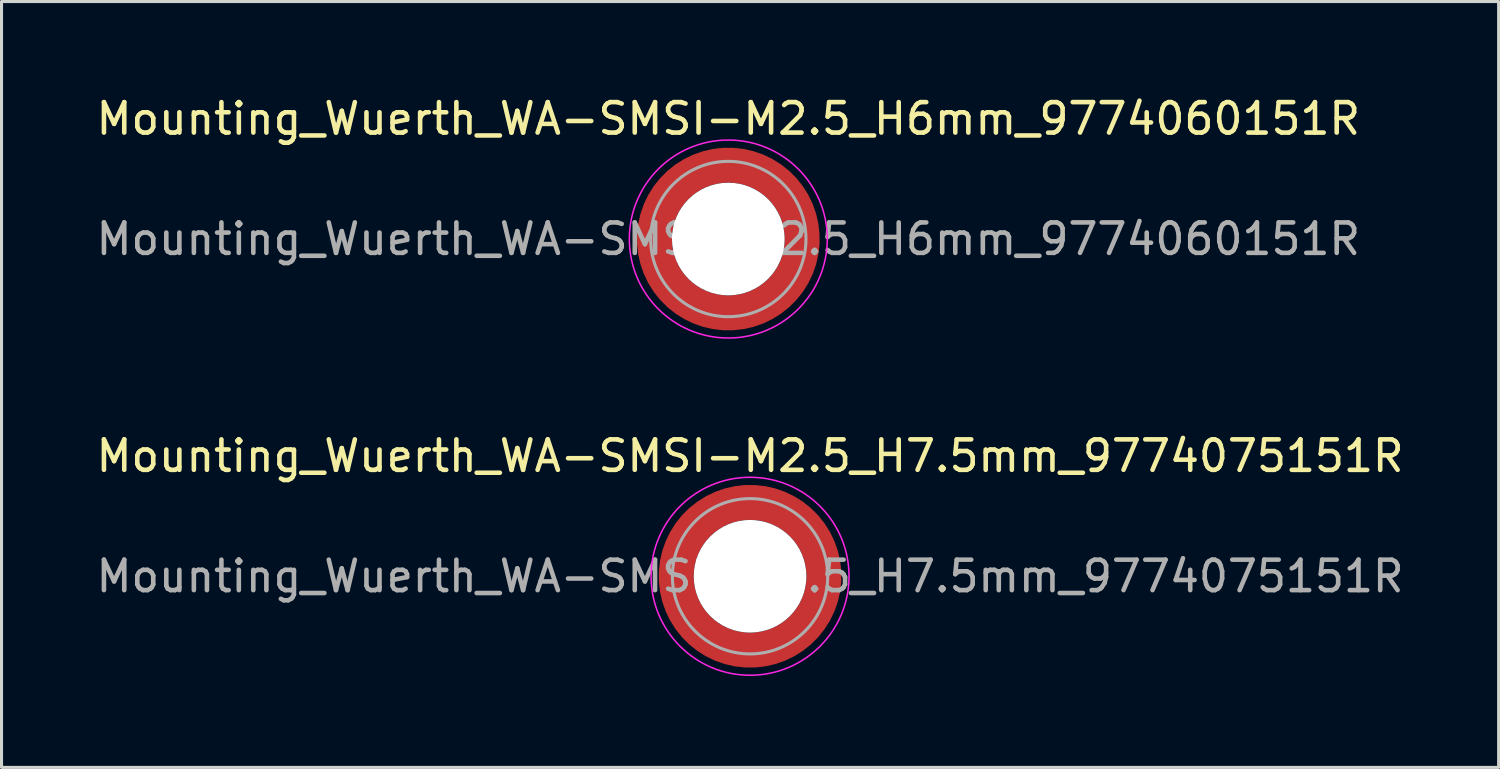
<source format=kicad_pcb>
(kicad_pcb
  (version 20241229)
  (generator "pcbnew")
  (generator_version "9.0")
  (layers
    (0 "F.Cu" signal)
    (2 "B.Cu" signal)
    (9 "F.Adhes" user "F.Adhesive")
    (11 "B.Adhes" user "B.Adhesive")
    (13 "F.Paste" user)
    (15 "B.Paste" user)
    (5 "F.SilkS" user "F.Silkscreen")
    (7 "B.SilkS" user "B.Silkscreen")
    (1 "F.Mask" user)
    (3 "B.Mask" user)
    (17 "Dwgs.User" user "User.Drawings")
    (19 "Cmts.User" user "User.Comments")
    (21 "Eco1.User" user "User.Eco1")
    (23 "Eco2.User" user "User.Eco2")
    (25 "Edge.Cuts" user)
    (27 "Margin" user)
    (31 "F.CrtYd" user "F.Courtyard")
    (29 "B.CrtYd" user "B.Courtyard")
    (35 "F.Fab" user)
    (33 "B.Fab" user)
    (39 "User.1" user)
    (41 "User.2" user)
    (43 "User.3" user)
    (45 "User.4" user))
  (footprint "Mounting_Wuerth_WA-SMSI-M2.5_H6mm_9774060151R"
    (layer "F.Cu")
    (at 20.863 4.798)
    (property "Reference" "Mounting_Wuerth_WA-SMSI-M2.5_H6mm_9774060151R" (at 0 -3.95 0) (layer "F.SilkS") (effects (font (size 1 1) (thickness 0.15))))
    (attr smd allow_soldermask_bridges)
    (fp_circle (center 0 0) (end 3.25 0) (stroke (width 0.05) (type solid)) (fill no) (layer "F.CrtYd"))
    (fp_circle (center 0 0) (end 2.55 0) (stroke (width 0.1) (type solid)) (fill no) (layer "F.Fab"))
    (fp_text user "${REFERENCE}" (at 0 0 0) (layer "F.Fab") (effects (font (size 1 1) (thickness 0.15))))
    (pad "" smd custom (at -1.704 -1.704) (size 0.51 0.51) (layers "F.Paste") (options (anchor circle)) (primitives (gr_arc (start -0.250195 1.279127) (mid 0.289914 0.289914) (end 1.279127 -0.250195) (width 0.2)) (gr_arc (start -0.34334 1.279127) (mid 0.225488 0.225488) (end 1.279127 -0.34334) (width 0.2)) (gr_arc (start -0.436309 1.279127) (mid 0.161063 0.161063) (end 1.279127 -0.436309) (width 0.2)) (gr_arc (start -0.529126 1.279127) (mid 0.096638 0.096638) (end 1.279127 -0.529126) (width 0.2)) (gr_arc (start -0.621807 1.279127) (mid 0.032213 0.032213) (end 1.279127 -0.621807) (width 0.2)) (gr_arc (start -0.71437 1.279127) (mid -0.032213 -0.032213) (end 1.279127 -0.71437) (width 0.2)) (gr_arc (start -0.806826 1.279127) (mid -0.096638 -0.096638) (end 1.279127 -0.806826) (width 0.2)) (gr_arc (start -0.899187 1.279127) (mid -0.161063 -0.161063) (end 1.279127 -0.899187) (width 0.2)) (gr_arc (start -0.991463 1.279127) (mid -0.225488 -0.225488) (end 1.279127 -0.991463) (width 0.2)) (gr_arc (start -1.083663 1.279127) (mid -0.289914 -0.289914) (end 1.279127 -1.083663) (width 0.2)) (gr_line (start 1.279 -0.25) (end 1.279 -1.084) (width 0.2)) (gr_line (start -0.25 1.279) (end -1.084 1.279) (width 0.2))))
    (pad "" smd custom (at -1.704 1.704) (size 0.51 0.51) (layers "F.Paste") (options (anchor circle)) (primitives (gr_arc (start 1.279127 0.250195) (mid 0.289914 -0.289914) (end -0.250195 -1.279127) (width 0.2)) (gr_arc (start 1.279127 0.34334) (mid 0.225488 -0.225488) (end -0.34334 -1.279127) (width 0.2)) (gr_arc (start 1.279127 0.436309) (mid 0.161063 -0.161063) (end -0.436309 -1.279127) (width 0.2)) (gr_arc (start 1.279127 0.529126) (mid 0.096638 -0.096638) (end -0.529126 -1.279127) (width 0.2)) (gr_arc (start 1.279127 0.621807) (mid 0.032213 -0.032213) (end -0.621807 -1.279127) (width 0.2)) (gr_arc (start 1.279127 0.71437) (mid -0.032213 0.032213) (end -0.71437 -1.279127) (width 0.2)) (gr_arc (start 1.279127 0.806826) (mid -0.096638 0.096638) (end -0.806826 -1.279127) (width 0.2)) (gr_arc (start 1.279127 0.899187) (mid -0.161063 0.161063) (end -0.899187 -1.279127) (width 0.2)) (gr_arc (start 1.279127 0.991463) (mid -0.225488 0.225488) (end -0.991463 -1.279127) (width 0.2)) (gr_arc (start 1.279127 1.083663) (mid -0.289914 0.289914) (end -1.083663 -1.279127) (width 0.2)) (gr_line (start -0.25 -1.279) (end -1.084 -1.279) (width 0.2)) (gr_line (start 1.279 0.25) (end 1.279 1.084) (width 0.2))))
    (pad "" np_thru_hole circle (at 0 0) (size 3.7 3.7) (drill 3.7) (layers "*.Cu" "*.Mask"))
    (pad "" smd custom (at 1.704 -1.704) (size 0.51 0.51) (layers "F.Paste") (options (anchor circle)) (primitives (gr_arc (start -1.279127 -0.250195) (mid -0.289914 0.289914) (end 0.250195 1.279127) (width 0.2)) (gr_arc (start -1.279127 -0.34334) (mid -0.225488 0.225488) (end 0.34334 1.279127) (width 0.2)) (gr_arc (start -1.279127 -0.436309) (mid -0.161063 0.161063) (end 0.436309 1.279127) (width 0.2)) (gr_arc (start -1.279127 -0.529126) (mid -0.096638 0.096638) (end 0.529126 1.279127) (width 0.2)) (gr_arc (start -1.279127 -0.621807) (mid -0.032213 0.032213) (end 0.621807 1.279127) (width 0.2)) (gr_arc (start -1.279127 -0.71437) (mid 0.032213 -0.032213) (end 0.71437 1.279127) (width 0.2)) (gr_arc (start -1.279127 -0.806826) (mid 0.096638 -0.096638) (end 0.806826 1.279127) (width 0.2)) (gr_arc (start -1.279127 -0.899187) (mid 0.161063 -0.161063) (end 0.899187 1.279127) (width 0.2)) (gr_arc (start -1.279127 -0.991463) (mid 0.225488 -0.225488) (end 0.991463 1.279127) (width 0.2)) (gr_arc (start -1.279127 -1.083663) (mid 0.289914 -0.289914) (end 1.083663 1.279127) (width 0.2)) (gr_line (start 0.25 1.279) (end 1.084 1.279) (width 0.2)) (gr_line (start -1.279 -0.25) (end -1.279 -1.084) (width 0.2))))
    (pad "" smd custom (at 1.704 1.704) (size 0.51 0.51) (layers "F.Paste") (options (anchor circle)) (primitives (gr_arc (start 0.250195 -1.279127) (mid -0.289914 -0.289914) (end -1.279127 0.250195) (width 0.2)) (gr_arc (start 0.34334 -1.279127) (mid -0.225488 -0.225488) (end -1.279127 0.34334) (width 0.2)) (gr_arc (start 0.436309 -1.279127) (mid -0.161063 -0.161063) (end -1.279127 0.436309) (width 0.2)) (gr_arc (start 0.529126 -1.279127) (mid -0.096638 -0.096638) (end -1.279127 0.529126) (width 0.2)) (gr_arc (start 0.621807 -1.279127) (mid -0.032213 -0.032213) (end -1.279127 0.621807) (width 0.2)) (gr_arc (start 0.71437 -1.279127) (mid 0.032213 0.032213) (end -1.279127 0.71437) (width 0.2)) (gr_arc (start 0.806826 -1.279127) (mid 0.096638 0.096638) (end -1.279127 0.806826) (width 0.2)) (gr_arc (start 0.899187 -1.279127) (mid 0.161063 0.161063) (end -1.279127 0.899187) (width 0.2)) (gr_arc (start 0.991463 -1.279127) (mid 0.225488 0.225488) (end -1.279127 0.991463) (width 0.2)) (gr_arc (start 1.083663 -1.279127) (mid 0.289914 0.289914) (end -1.279127 1.083663) (width 0.2)) (gr_line (start -1.279 0.25) (end -1.279 1.084) (width 0.2)) (gr_line (start 0.25 -1.279) (end 1.084 -1.279) (width 0.2))))
    (pad "1" smd circle (at -2.425 0) (size 0.642 0.642) (layers "F.Cu"))
    (pad "1" smd circle (at 0 -2.425) (size 0.642 0.642) (layers "F.Cu"))
    (pad "1" smd circle (at 0 2.425) (size 0.642 0.642) (layers "F.Cu"))
    (pad "1" smd custom (at 2.425 0) (size 1.15 1.15) (layers "F.Cu" "F.Mask") (options (anchor circle)) (primitives (gr_circle (center -2.425 0) (end 0 0) (width 1.15) (fill no)))))
  (footprint "Mounting_Wuerth_WA-SMSI-M2.5_H7.5mm_9774075151R"
    (layer "F.Cu")
    (at 21.577 15.871)
    (property "Reference" "Mounting_Wuerth_WA-SMSI-M2.5_H7.5mm_9774075151R" (at 0 -3.95 0) (layer "F.SilkS") (effects (font (size 1 1) (thickness 0.15))))
    (attr smd allow_soldermask_bridges)
    (fp_circle (center 0 0) (end 3.25 0) (stroke (width 0.05) (type solid)) (fill no) (layer "F.CrtYd"))
    (fp_circle (center 0 0) (end 2.55 0) (stroke (width 0.1) (type solid)) (fill no) (layer "F.Fab"))
    (fp_text user "${REFERENCE}" (at 0 0 0) (layer "F.Fab") (effects (font (size 1 1) (thickness 0.15))))
    (pad "" smd custom (at -1.704 -1.704) (size 0.51 0.51) (layers "F.Paste") (options (anchor circle)) (primitives (gr_arc (start -0.250195 1.279127) (mid 0.289914 0.289914) (end 1.279127 -0.250195) (width 0.2)) (gr_arc (start -0.34334 1.279127) (mid 0.225488 0.225488) (end 1.279127 -0.34334) (width 0.2)) (gr_arc (start -0.436309 1.279127) (mid 0.161063 0.161063) (end 1.279127 -0.436309) (width 0.2)) (gr_arc (start -0.529126 1.279127) (mid 0.096638 0.096638) (end 1.279127 -0.529126) (width 0.2)) (gr_arc (start -0.621807 1.279127) (mid 0.032213 0.032213) (end 1.279127 -0.621807) (width 0.2)) (gr_arc (start -0.71437 1.279127) (mid -0.032213 -0.032213) (end 1.279127 -0.71437) (width 0.2)) (gr_arc (start -0.806826 1.279127) (mid -0.096638 -0.096638) (end 1.279127 -0.806826) (width 0.2)) (gr_arc (start -0.899187 1.279127) (mid -0.161063 -0.161063) (end 1.279127 -0.899187) (width 0.2)) (gr_arc (start -0.991463 1.279127) (mid -0.225488 -0.225488) (end 1.279127 -0.991463) (width 0.2)) (gr_arc (start -1.083663 1.279127) (mid -0.289914 -0.289914) (end 1.279127 -1.083663) (width 0.2)) (gr_line (start 1.279 -0.25) (end 1.279 -1.084) (width 0.2)) (gr_line (start -0.25 1.279) (end -1.084 1.279) (width 0.2))))
    (pad "" smd custom (at -1.704 1.704) (size 0.51 0.51) (layers "F.Paste") (options (anchor circle)) (primitives (gr_arc (start 1.279127 0.250195) (mid 0.289914 -0.289914) (end -0.250195 -1.279127) (width 0.2)) (gr_arc (start 1.279127 0.34334) (mid 0.225488 -0.225488) (end -0.34334 -1.279127) (width 0.2)) (gr_arc (start 1.279127 0.436309) (mid 0.161063 -0.161063) (end -0.436309 -1.279127) (width 0.2)) (gr_arc (start 1.279127 0.529126) (mid 0.096638 -0.096638) (end -0.529126 -1.279127) (width 0.2)) (gr_arc (start 1.279127 0.621807) (mid 0.032213 -0.032213) (end -0.621807 -1.279127) (width 0.2)) (gr_arc (start 1.279127 0.71437) (mid -0.032213 0.032213) (end -0.71437 -1.279127) (width 0.2)) (gr_arc (start 1.279127 0.806826) (mid -0.096638 0.096638) (end -0.806826 -1.279127) (width 0.2)) (gr_arc (start 1.279127 0.899187) (mid -0.161063 0.161063) (end -0.899187 -1.279127) (width 0.2)) (gr_arc (start 1.279127 0.991463) (mid -0.225488 0.225488) (end -0.991463 -1.279127) (width 0.2)) (gr_arc (start 1.279127 1.083663) (mid -0.289914 0.289914) (end -1.083663 -1.279127) (width 0.2)) (gr_line (start -0.25 -1.279) (end -1.084 -1.279) (width 0.2)) (gr_line (start 1.279 0.25) (end 1.279 1.084) (width 0.2))))
    (pad "" np_thru_hole circle (at 0 0) (size 3.7 3.7) (drill 3.7) (layers "*.Cu" "*.Mask"))
    (pad "" smd custom (at 1.704 -1.704) (size 0.51 0.51) (layers "F.Paste") (options (anchor circle)) (primitives (gr_arc (start -1.279127 -0.250195) (mid -0.289914 0.289914) (end 0.250195 1.279127) (width 0.2)) (gr_arc (start -1.279127 -0.34334) (mid -0.225488 0.225488) (end 0.34334 1.279127) (width 0.2)) (gr_arc (start -1.279127 -0.436309) (mid -0.161063 0.161063) (end 0.436309 1.279127) (width 0.2)) (gr_arc (start -1.279127 -0.529126) (mid -0.096638 0.096638) (end 0.529126 1.279127) (width 0.2)) (gr_arc (start -1.279127 -0.621807) (mid -0.032213 0.032213) (end 0.621807 1.279127) (width 0.2)) (gr_arc (start -1.279127 -0.71437) (mid 0.032213 -0.032213) (end 0.71437 1.279127) (width 0.2)) (gr_arc (start -1.279127 -0.806826) (mid 0.096638 -0.096638) (end 0.806826 1.279127) (width 0.2)) (gr_arc (start -1.279127 -0.899187) (mid 0.161063 -0.161063) (end 0.899187 1.279127) (width 0.2)) (gr_arc (start -1.279127 -0.991463) (mid 0.225488 -0.225488) (end 0.991463 1.279127) (width 0.2)) (gr_arc (start -1.279127 -1.083663) (mid 0.289914 -0.289914) (end 1.083663 1.279127) (width 0.2)) (gr_line (start 0.25 1.279) (end 1.084 1.279) (width 0.2)) (gr_line (start -1.279 -0.25) (end -1.279 -1.084) (width 0.2))))
    (pad "" smd custom (at 1.704 1.704) (size 0.51 0.51) (layers "F.Paste") (options (anchor circle)) (primitives (gr_arc (start 0.250195 -1.279127) (mid -0.289914 -0.289914) (end -1.279127 0.250195) (width 0.2)) (gr_arc (start 0.34334 -1.279127) (mid -0.225488 -0.225488) (end -1.279127 0.34334) (width 0.2)) (gr_arc (start 0.436309 -1.279127) (mid -0.161063 -0.161063) (end -1.279127 0.436309) (width 0.2)) (gr_arc (start 0.529126 -1.279127) (mid -0.096638 -0.096638) (end -1.279127 0.529126) (width 0.2)) (gr_arc (start 0.621807 -1.279127) (mid -0.032213 -0.032213) (end -1.279127 0.621807) (width 0.2)) (gr_arc (start 0.71437 -1.279127) (mid 0.032213 0.032213) (end -1.279127 0.71437) (width 0.2)) (gr_arc (start 0.806826 -1.279127) (mid 0.096638 0.096638) (end -1.279127 0.806826) (width 0.2)) (gr_arc (start 0.899187 -1.279127) (mid 0.161063 0.161063) (end -1.279127 0.899187) (width 0.2)) (gr_arc (start 0.991463 -1.279127) (mid 0.225488 0.225488) (end -1.279127 0.991463) (width 0.2)) (gr_arc (start 1.083663 -1.279127) (mid 0.289914 0.289914) (end -1.279127 1.083663) (width 0.2)) (gr_line (start -1.279 0.25) (end -1.279 1.084) (width 0.2)) (gr_line (start 0.25 -1.279) (end 1.084 -1.279) (width 0.2))))
    (pad "1" smd circle (at -2.425 0) (size 0.642 0.642) (layers "F.Cu"))
    (pad "1" smd circle (at 0 -2.425) (size 0.642 0.642) (layers "F.Cu"))
    (pad "1" smd circle (at 0 2.425) (size 0.642 0.642) (layers "F.Cu"))
    (pad "1" smd custom (at 2.425 0) (size 1.15 1.15) (layers "F.Cu" "F.Mask") (options (anchor circle)) (primitives (gr_circle (center -2.425 0) (end 0 0) (width 1.15) (fill no)))))
  (gr_rect
    (start -3 -3)
    (end 46.155 22.146)
    (stroke (width 0.1) (type default))
    (fill no)
    (layer "Edge.Cuts")))
</source>
